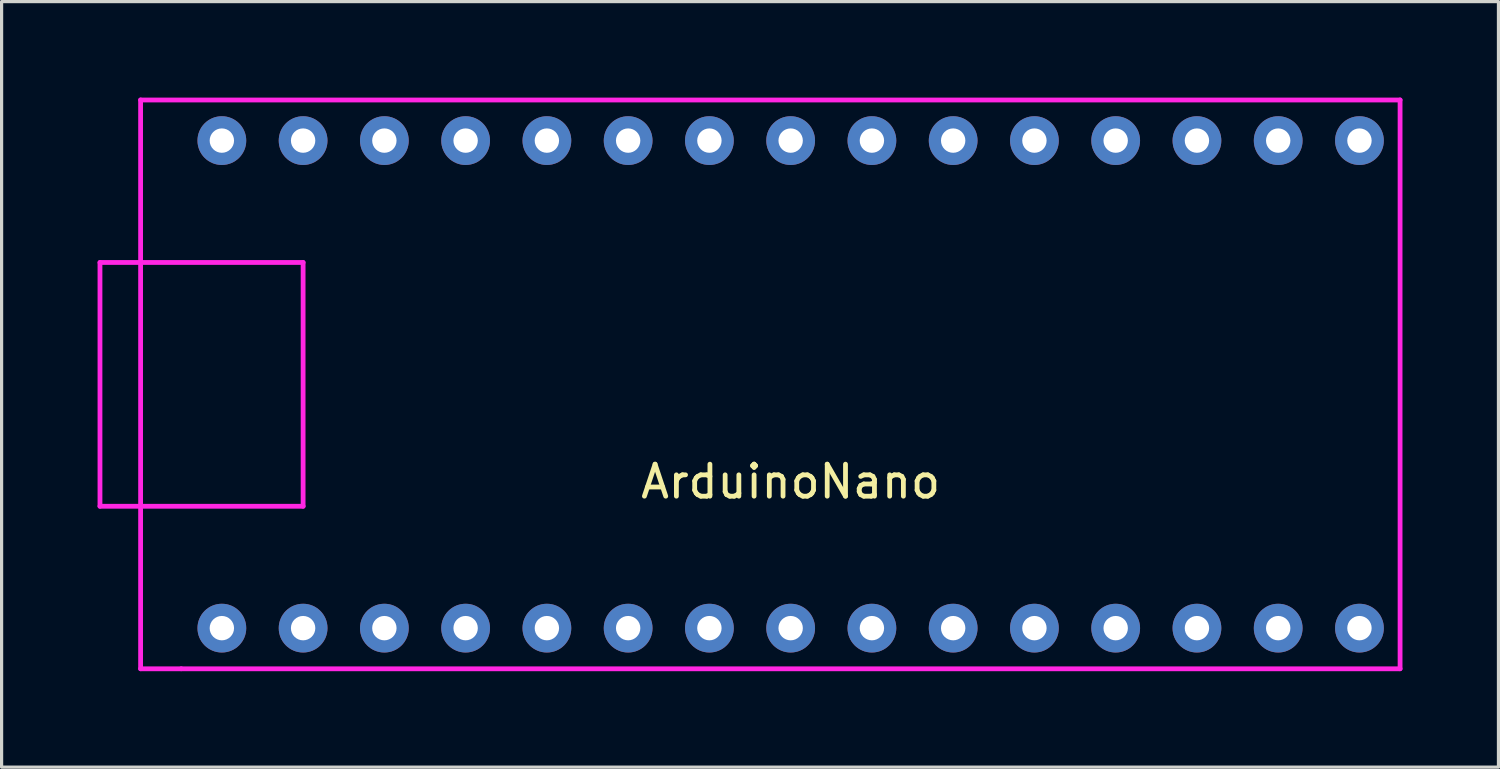
<source format=kicad_pcb>
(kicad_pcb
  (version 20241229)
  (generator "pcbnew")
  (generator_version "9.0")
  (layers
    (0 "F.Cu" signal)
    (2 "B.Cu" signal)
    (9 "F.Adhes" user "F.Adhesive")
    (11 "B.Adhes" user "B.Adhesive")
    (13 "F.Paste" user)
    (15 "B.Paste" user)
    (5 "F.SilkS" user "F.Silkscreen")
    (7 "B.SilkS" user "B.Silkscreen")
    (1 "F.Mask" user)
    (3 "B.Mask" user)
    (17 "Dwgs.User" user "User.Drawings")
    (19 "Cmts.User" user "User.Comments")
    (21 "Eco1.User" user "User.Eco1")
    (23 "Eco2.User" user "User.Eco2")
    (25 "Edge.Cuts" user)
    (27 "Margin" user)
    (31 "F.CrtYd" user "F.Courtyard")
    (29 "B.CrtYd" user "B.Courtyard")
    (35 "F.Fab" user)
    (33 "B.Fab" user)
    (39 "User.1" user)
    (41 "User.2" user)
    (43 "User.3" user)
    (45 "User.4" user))
  (footprint "ArduinoNano"
    (layer "F.Cu")
    (at 21.665 11.505)
    (property "Reference" "ArduinoNano" (at 0 0.5 0) (layer "F.SilkS") (effects (font (size 1 1) (thickness 0.15))))
    (attr through_hole)
    (fp_line (start -21.59 -6.35) (end -15.24 -6.35) (stroke (width 0.15) (type solid)) (layer "F.CrtYd"))
    (fp_line (start -21.59 1.27) (end -21.59 -6.35) (stroke (width 0.15) (type solid)) (layer "F.CrtYd"))
    (fp_line (start -20.32 -11.43) (end -20.32 6.35) (stroke (width 0.15) (type solid)) (layer "F.CrtYd"))
    (fp_line (start -20.32 6.35) (end -19.05 6.35) (stroke (width 0.15) (type solid)) (layer "F.CrtYd"))
    (fp_line (start -19.05 6.35) (end 19.05 6.35) (stroke (width 0.15) (type solid)) (layer "F.CrtYd"))
    (fp_line (start -15.24 -6.35) (end -15.24 1.27) (stroke (width 0.15) (type solid)) (layer "F.CrtYd"))
    (fp_line (start -15.24 1.27) (end -21.59 1.27) (stroke (width 0.15) (type solid)) (layer "F.CrtYd"))
    (fp_line (start 19.05 -11.43) (end -20.32 -11.43) (stroke (width 0.15) (type solid)) (layer "F.CrtYd"))
    (fp_line (start 19.05 6.35) (end 19.05 -11.43) (stroke (width 0.15) (type solid)) (layer "F.CrtYd"))
    (pad "1" thru_hole circle (at -17.78 5.08) (size 1.524 1.524) (drill 0.762) (layers "*.Cu" "*.Mask"))
    (pad "2" thru_hole circle (at -15.24 5.08) (size 1.524 1.524) (drill 0.762) (layers "*.Cu" "*.Mask"))
    (pad "3" thru_hole circle (at -12.7 5.08) (size 1.524 1.524) (drill 0.762) (layers "*.Cu" "*.Mask"))
    (pad "4" thru_hole circle (at -10.16 5.08) (size 1.524 1.524) (drill 0.762) (layers "*.Cu" "*.Mask"))
    (pad "5" thru_hole circle (at -7.62 5.08) (size 1.524 1.524) (drill 0.762) (layers "*.Cu" "*.Mask"))
    (pad "6" thru_hole circle (at -5.08 5.08) (size 1.524 1.524) (drill 0.762) (layers "*.Cu" "*.Mask"))
    (pad "7" thru_hole circle (at -2.54 5.08) (size 1.524 1.524) (drill 0.762) (layers "*.Cu" "*.Mask"))
    (pad "8" thru_hole circle (at 0 5.08) (size 1.524 1.524) (drill 0.762) (layers "*.Cu" "*.Mask"))
    (pad "9" thru_hole circle (at 2.54 5.08) (size 1.524 1.524) (drill 0.762) (layers "*.Cu" "*.Mask"))
    (pad "10" thru_hole circle (at 5.08 5.08) (size 1.524 1.524) (drill 0.762) (layers "*.Cu" "*.Mask"))
    (pad "11" thru_hole circle (at 7.62 5.08) (size 1.524 1.524) (drill 0.762) (layers "*.Cu" "*.Mask"))
    (pad "12" thru_hole circle (at 10.16 5.08) (size 1.524 1.524) (drill 0.762) (layers "*.Cu" "*.Mask"))
    (pad "13" thru_hole circle (at 12.7 5.08) (size 1.524 1.524) (drill 0.762) (layers "*.Cu" "*.Mask"))
    (pad "14" thru_hole circle (at 15.24 5.08) (size 1.524 1.524) (drill 0.762) (layers "*.Cu" "*.Mask"))
    (pad "15" thru_hole circle (at 17.78 5.08) (size 1.524 1.524) (drill 0.762) (layers "*.Cu" "*.Mask"))
    (pad "16" thru_hole circle (at 17.78 -10.16) (size 1.524 1.524) (drill 0.762) (layers "*.Cu" "*.Mask"))
    (pad "17" thru_hole circle (at 15.24 -10.16) (size 1.524 1.524) (drill 0.762) (layers "*.Cu" "*.Mask"))
    (pad "18" thru_hole circle (at 12.7 -10.16) (size 1.524 1.524) (drill 0.762) (layers "*.Cu" "*.Mask"))
    (pad "19" thru_hole circle (at 10.16 -10.16) (size 1.524 1.524) (drill 0.762) (layers "*.Cu" "*.Mask"))
    (pad "20" thru_hole circle (at 7.62 -10.16) (size 1.524 1.524) (drill 0.762) (layers "*.Cu" "*.Mask"))
    (pad "21" thru_hole circle (at 5.08 -10.16) (size 1.524 1.524) (drill 0.762) (layers "*.Cu" "*.Mask"))
    (pad "22" thru_hole circle (at 2.54 -10.16) (size 1.524 1.524) (drill 0.762) (layers "*.Cu" "*.Mask"))
    (pad "23" thru_hole circle (at 0 -10.16) (size 1.524 1.524) (drill 0.762) (layers "*.Cu" "*.Mask"))
    (pad "24" thru_hole circle (at -2.54 -10.16) (size 1.524 1.524) (drill 0.762) (layers "*.Cu" "*.Mask"))
    (pad "25" thru_hole circle (at -5.08 -10.16) (size 1.524 1.524) (drill 0.762) (layers "*.Cu" "*.Mask"))
    (pad "26" thru_hole circle (at -7.62 -10.16) (size 1.524 1.524) (drill 0.762) (layers "*.Cu" "*.Mask"))
    (pad "27" thru_hole circle (at -10.16 -10.16) (size 1.524 1.524) (drill 0.762) (layers "*.Cu" "*.Mask"))
    (pad "28" thru_hole circle (at -12.7 -10.16) (size 1.524 1.524) (drill 0.762) (layers "*.Cu" "*.Mask"))
    (pad "29" thru_hole circle (at -15.24 -10.16) (size 1.524 1.524) (drill 0.762) (layers "*.Cu" "*.Mask"))
    (pad "30" thru_hole circle (at -17.78 -10.16) (size 1.524 1.524) (drill 0.762) (layers "*.Cu" "*.Mask")))
  (gr_rect
    (start -3 -3)
    (end 43.79 20.93)
    (stroke (width 0.1) (type default))
    (fill no)
    (layer "Edge.Cuts")))
</source>
